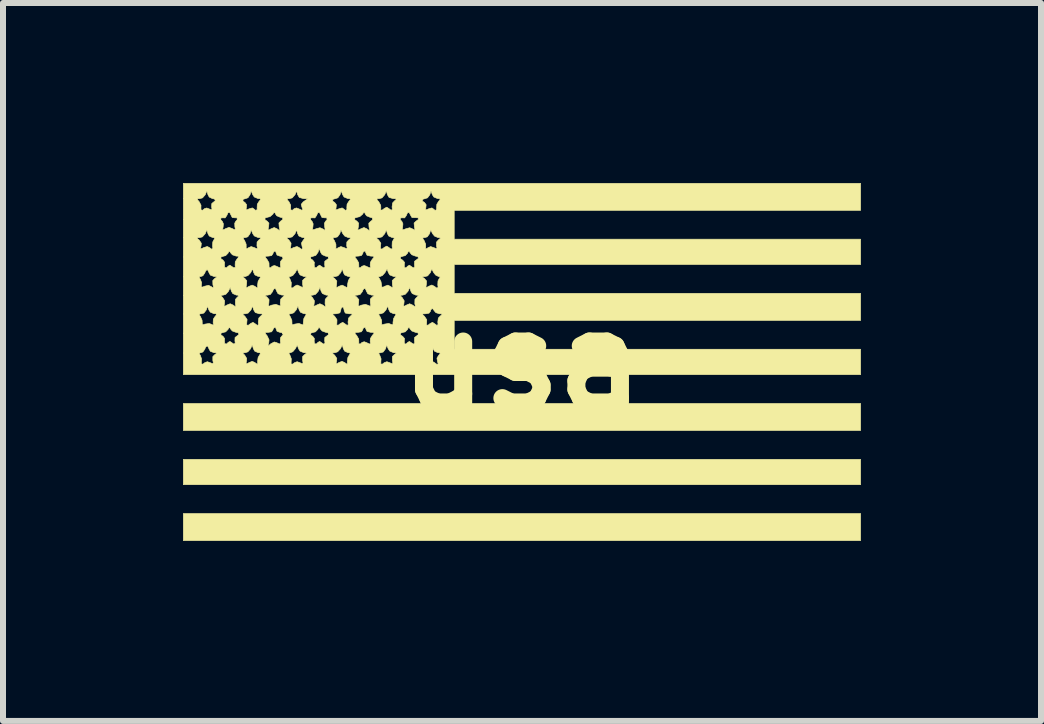
<source format=kicad_pcb>
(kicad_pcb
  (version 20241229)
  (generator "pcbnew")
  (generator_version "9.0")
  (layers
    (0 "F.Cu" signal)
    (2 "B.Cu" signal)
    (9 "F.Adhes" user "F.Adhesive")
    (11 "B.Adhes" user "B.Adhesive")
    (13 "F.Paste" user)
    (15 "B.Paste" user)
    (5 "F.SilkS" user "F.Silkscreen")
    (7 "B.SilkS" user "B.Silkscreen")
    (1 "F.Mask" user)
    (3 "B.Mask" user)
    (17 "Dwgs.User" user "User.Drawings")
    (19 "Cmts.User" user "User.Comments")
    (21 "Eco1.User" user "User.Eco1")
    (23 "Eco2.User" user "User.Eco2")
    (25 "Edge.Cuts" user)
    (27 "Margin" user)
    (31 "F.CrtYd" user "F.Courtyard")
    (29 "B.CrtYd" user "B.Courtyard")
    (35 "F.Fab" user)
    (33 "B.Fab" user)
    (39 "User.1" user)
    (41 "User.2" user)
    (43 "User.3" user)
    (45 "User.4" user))
  (footprint "usa"
    (layer "F.Cu")
    (at 5.649 2.968)
    (property "Reference" "usa" (at 0 0 0) (layer "F.SilkS") (effects (font (size 1.524 1.524) (thickness 0.3))))
    (attr through_hole)
    (fp_poly (pts (xy 5.644 1.157) (xy -5.644 1.157) (xy -5.644 0.706) (xy 5.644 0.706) (xy 5.644 1.157)) (stroke (width 0.01) (type solid)) (fill yes) (layer "F.SilkS"))
    (fp_poly (pts (xy 5.644 2.06) (xy -5.644 2.06) (xy -5.644 1.637) (xy 5.644 1.637) (xy 5.644 2.06)) (stroke (width 0.01) (type solid)) (fill yes) (layer "F.SilkS"))
    (fp_poly (pts (xy 5.644 2.992) (xy -5.644 2.992) (xy -5.644 2.54) (xy 5.644 2.54) (xy 5.644 2.992)) (stroke (width 0.01) (type solid)) (fill yes) (layer "F.SilkS"))
    (fp_poly (pts (xy 5.644 -2.512) (xy -1.129 -2.512) (xy -1.129 -2.032) (xy 5.644 -2.032) (xy 5.644 -1.609) (xy -1.129 -1.609) (xy -1.129 -1.129) (xy 5.644 -1.129) (xy 5.644 -0.677) (xy -1.129 -0.677) (xy -1.129 -0.198) (xy 5.644 -0.198) (xy 5.644 0.226) (xy -5.644 0.226) (xy -5.644 -0.134) (xy -5.381 -0.134) (xy -5.366 -0.103) (xy -5.362 -0.099) (xy -5.34 -0.038) (xy -5.342 -0.00015) (xy -5.344 0.048) (xy -5.316 0.05) (xy -5.286 0.026) (xy -5.243 0.01) (xy -5.195 0.027) (xy -5.152 0.045) (xy -5.144 0.025) (xy -5.152 -0.01) (xy -5.152 -0.075) (xy -5.118 -0.109) (xy -5.085 -0.132) (xy -5.095 -0.136) (xy -4.652 -0.136) (xy -4.641 -0.117) (xy -4.623 -0.103) (xy -4.588 -0.045) (xy -4.591 -0.002) (xy -4.599 0.042) (xy -4.578 0.042) (xy -4.55 0.026) (xy -4.497 0.004) (xy -4.451 0.023) (xy -4.445 0.029) (xy -4.41 0.052) (xy -4.404 0.03) (xy -4.407 0.01) (xy -4.398 -0.059) (xy -4.378 -0.094) (xy -4.355 -0.13) (xy -4.363 -0.134) (xy -3.886 -0.134) (xy -3.869 -0.102) (xy -3.867 -0.099) (xy -3.844 -0.038) (xy -3.846 -0.00015) (xy -3.848 0.048) (xy -3.821 0.05) (xy -3.79 0.026) (xy -3.747 0.01) (xy -3.699 0.027) (xy -3.656 0.045) (xy -3.649 0.025) (xy -3.656 -0.01) (xy -3.656 -0.075) (xy -3.622 -0.109) (xy -3.589 -0.132) (xy -3.6 -0.137) (xy -3.157 -0.137) (xy -3.148 -0.12) (xy -3.123 -0.1) (xy -3.086 -0.045) (xy -3.09 -0.000293) (xy -3.099 0.041) (xy -3.078 0.04) (xy -3.053 0.025) (xy -2.999 0.004) (xy -2.952 0.026) (xy -2.949 0.029) (xy -2.914 0.052) (xy -2.908 0.03) (xy -2.911 0.01) (xy -2.902 -0.059) (xy -2.882 -0.094) (xy -2.86 -0.13) (xy -2.869 -0.134) (xy -2.388 -0.134) (xy -2.377 -0.106) (xy -2.371 -0.099) (xy -2.348 -0.038) (xy -2.351 -0.00015) (xy -2.352 0.048) (xy -2.325 0.05) (xy -2.295 0.026) (xy -2.251 0.01) (xy -2.203 0.027) (xy -2.161 0.045) (xy -2.153 0.025) (xy -2.16 -0.01) (xy -2.16 -0.075) (xy -2.126 -0.109) (xy -2.093 -0.132) (xy -2.104 -0.137) (xy -1.66 -0.137) (xy -1.648 -0.121) (xy -1.63 -0.111) (xy -1.594 -0.068) (xy -1.598 -0.01) (xy -1.607 0.039) (xy -1.589 0.043) (xy -1.557 0.024) (xy -1.503 0.002) (xy -1.465 0.02) (xy -1.463 0.022) (xy -1.418 0.054) (xy -1.396 0.047) (xy -1.408 0.007) (xy -1.417 -0.049) (xy -1.391 -0.092) (xy -1.362 -0.129) (xy -1.377 -0.14) (xy -1.403 -0.141) (xy -1.459 -0.166) (xy -1.48 -0.205) (xy -1.499 -0.268) (xy -1.53 -0.205) (xy -1.576 -0.155) (xy -1.62 -0.14) (xy -1.66 -0.137) (xy -2.104 -0.137) (xy -2.111 -0.139) (xy -2.139 -0.14) (xy -2.203 -0.167) (xy -2.229 -0.205) (xy -2.255 -0.268) (xy -2.274 -0.205) (xy -2.312 -0.152) (xy -2.349 -0.141) (xy -2.388 -0.134) (xy -2.869 -0.134) (xy -2.883 -0.141) (xy -2.9 -0.141) (xy -2.955 -0.166) (xy -2.976 -0.205) (xy -2.995 -0.268) (xy -3.026 -0.205) (xy -3.072 -0.155) (xy -3.116 -0.14) (xy -3.157 -0.137) (xy -3.6 -0.137) (xy -3.606 -0.139) (xy -3.635 -0.14) (xy -3.698 -0.166) (xy -3.722 -0.204) (xy -3.745 -0.266) (xy -3.779 -0.204) (xy -3.82 -0.156) (xy -3.857 -0.141) (xy -3.886 -0.134) (xy -4.363 -0.134) (xy -4.379 -0.141) (xy -4.397 -0.141) (xy -4.454 -0.166) (xy -4.475 -0.205) (xy -4.496 -0.268) (xy -4.524 -0.205) (xy -4.569 -0.154) (xy -4.612 -0.14) (xy -4.652 -0.136) (xy -5.095 -0.136) (xy -5.102 -0.139) (xy -5.132 -0.14) (xy -5.193 -0.163) (xy -5.213 -0.198) (xy -5.234 -0.243) (xy -5.249 -0.254) (xy -5.273 -0.231) (xy -5.286 -0.198) (xy -5.318 -0.152) (xy -5.349 -0.141) (xy -5.381 -0.134) (xy -5.644 -0.134) (xy -5.644 -0.465) (xy -5.017 -0.465) (xy -5.016 -0.435) (xy -4.983 -0.414) (xy -4.956 -0.377) (xy -4.958 -0.34) (xy -4.955 -0.293) (xy -4.925 -0.284) (xy -4.895 -0.313) (xy -4.867 -0.328) (xy -4.845 -0.313) (xy -4.8 -0.283) (xy -4.779 -0.3) (xy -4.784 -0.339) (xy -4.782 -0.394) (xy -4.757 -0.412) (xy -4.717 -0.443) (xy -4.722 -0.458) (xy -4.277 -0.458) (xy -4.249 -0.425) (xy -4.215 -0.355) (xy -4.22 -0.305) (xy -4.232 -0.26) (xy -4.217 -0.262) (xy -4.187 -0.288) (xy -4.128 -0.319) (xy -4.092 -0.309) (xy -4.039 -0.285) (xy -4.022 -0.302) (xy -4.027 -0.335) (xy -4.025 -0.388) (xy -4.01 -0.408) (xy -3.98 -0.444) (xy -3.995 -0.465) (xy -3.521 -0.465) (xy -3.52 -0.435) (xy -3.488 -0.414) (xy -3.46 -0.377) (xy -3.463 -0.34) (xy -3.459 -0.293) (xy -3.429 -0.284) (xy -3.399 -0.313) (xy -3.371 -0.328) (xy -3.35 -0.313) (xy -3.304 -0.283) (xy -3.283 -0.3) (xy -3.288 -0.339) (xy -3.286 -0.394) (xy -3.262 -0.412) (xy -3.221 -0.443) (xy -3.226 -0.458) (xy -2.781 -0.458) (xy -2.753 -0.424) (xy -2.721 -0.368) (xy -2.719 -0.326) (xy -2.719 -0.288) (xy -2.691 -0.286) (xy -2.667 -0.311) (xy -2.629 -0.323) (xy -2.597 -0.311) (xy -2.54 -0.285) (xy -2.522 -0.294) (xy -2.53 -0.326) (xy -2.526 -0.377) (xy -2.497 -0.424) (xy -2.464 -0.465) (xy -2.466 -0.466) (xy -2.025 -0.466) (xy -2.024 -0.436) (xy -1.988 -0.412) (xy -1.957 -0.376) (xy -1.961 -0.339) (xy -1.961 -0.292) (xy -1.933 -0.284) (xy -1.903 -0.313) (xy -1.875 -0.328) (xy -1.854 -0.313) (xy -1.809 -0.283) (xy -1.787 -0.3) (xy -1.792 -0.339) (xy -1.79 -0.394) (xy -1.766 -0.412) (xy -1.725 -0.443) (xy -1.735 -0.471) (xy -1.777 -0.48) (xy -1.835 -0.502) (xy -1.859 -0.529) (xy -1.883 -0.564) (xy -1.899 -0.548) (xy -1.906 -0.529) (xy -1.947 -0.487) (xy -1.979 -0.48) (xy -2.025 -0.466) (xy -2.466 -0.466) (xy -2.477 -0.478) (xy -2.522 -0.48) (xy -2.582 -0.494) (xy -2.596 -0.522) (xy -2.612 -0.56) (xy -2.625 -0.564) (xy -2.65 -0.542) (xy -2.653 -0.522) (xy -2.678 -0.488) (xy -2.728 -0.48) (xy -2.78 -0.477) (xy -2.781 -0.458) (xy -3.226 -0.458) (xy -3.231 -0.471) (xy -3.272 -0.48) (xy -3.331 -0.502) (xy -3.355 -0.529) (xy -3.379 -0.564) (xy -3.394 -0.548) (xy -3.402 -0.529) (xy -3.443 -0.487) (xy -3.474 -0.48) (xy -3.521 -0.465) (xy -3.995 -0.465) (xy -4 -0.473) (xy -4.036 -0.48) (xy -4.082 -0.497) (xy -4.092 -0.522) (xy -4.107 -0.56) (xy -4.12 -0.564) (xy -4.145 -0.542) (xy -4.149 -0.522) (xy -4.173 -0.488) (xy -4.224 -0.48) (xy -4.275 -0.477) (xy -4.277 -0.458) (xy -4.722 -0.458) (xy -4.726 -0.471) (xy -4.768 -0.48) (xy -4.827 -0.502) (xy -4.851 -0.529) (xy -4.874 -0.564) (xy -4.89 -0.548) (xy -4.898 -0.529) (xy -4.939 -0.487) (xy -4.97 -0.48) (xy -5.017 -0.465) (xy -5.644 -0.465) (xy -5.644 -0.785) (xy -5.379 -0.785) (xy -5.37 -0.758) (xy -5.359 -0.744) (xy -5.331 -0.681) (xy -5.329 -0.643) (xy -5.328 -0.605) (xy -5.297 -0.611) (xy -5.286 -0.616) (xy -5.213 -0.627) (xy -5.181 -0.615) (xy -5.143 -0.599) (xy -5.142 -0.621) (xy -5.147 -0.635) (xy -5.144 -0.699) (xy -5.119 -0.738) (xy -5.088 -0.776) (xy -5.097 -0.786) (xy -4.651 -0.786) (xy -4.644 -0.769) (xy -4.619 -0.749) (xy -4.581 -0.694) (xy -4.585 -0.651) (xy -4.589 -0.603) (xy -4.561 -0.597) (xy -4.521 -0.627) (xy -4.483 -0.646) (xy -4.453 -0.627) (xy -4.409 -0.595) (xy -4.39 -0.611) (xy -4.395 -0.65) (xy -4.386 -0.717) (xy -4.357 -0.748) (xy -4.323 -0.777) (xy -4.333 -0.785) (xy -3.884 -0.785) (xy -3.874 -0.758) (xy -3.863 -0.744) (xy -3.835 -0.681) (xy -3.833 -0.643) (xy -3.832 -0.605) (xy -3.801 -0.611) (xy -3.79 -0.616) (xy -3.717 -0.628) (xy -3.687 -0.616) (xy -3.649 -0.602) (xy -3.644 -0.632) (xy -3.645 -0.642) (xy -3.636 -0.708) (xy -3.616 -0.744) (xy -3.598 -0.772) (xy -3.151 -0.772) (xy -3.122 -0.748) (xy -3.083 -0.69) (xy -3.084 -0.65) (xy -3.087 -0.601) (xy -3.06 -0.599) (xy -3.025 -0.627) (xy -2.987 -0.646) (xy -2.958 -0.627) (xy -2.913 -0.595) (xy -2.894 -0.611) (xy -2.899 -0.65) (xy -2.89 -0.717) (xy -2.861 -0.748) (xy -2.828 -0.777) (xy -2.837 -0.785) (xy -2.388 -0.785) (xy -2.379 -0.758) (xy -2.367 -0.744) (xy -2.339 -0.681) (xy -2.338 -0.643) (xy -2.337 -0.605) (xy -2.305 -0.611) (xy -2.294 -0.616) (xy -2.221 -0.628) (xy -2.191 -0.616) (xy -2.154 -0.602) (xy -2.148 -0.632) (xy -2.15 -0.642) (xy -2.14 -0.708) (xy -2.12 -0.744) (xy -2.102 -0.772) (xy -1.655 -0.772) (xy -1.626 -0.748) (xy -1.587 -0.69) (xy -1.588 -0.65) (xy -1.591 -0.601) (xy -1.564 -0.599) (xy -1.53 -0.627) (xy -1.491 -0.646) (xy -1.462 -0.627) (xy -1.417 -0.595) (xy -1.398 -0.611) (xy -1.403 -0.65) (xy -1.394 -0.717) (xy -1.365 -0.748) (xy -1.33 -0.778) (xy -1.344 -0.788) (xy -1.377 -0.789) (xy -1.434 -0.807) (xy -1.457 -0.833) (xy -1.485 -0.87) (xy -1.499 -0.875) (xy -1.521 -0.852) (xy -1.524 -0.833) (xy -1.549 -0.799) (xy -1.602 -0.789) (xy -1.654 -0.786) (xy -1.655 -0.772) (xy -2.102 -0.772) (xy -2.098 -0.779) (xy -2.121 -0.79) (xy -2.14 -0.79) (xy -2.196 -0.815) (xy -2.218 -0.854) (xy -2.238 -0.917) (xy -2.266 -0.854) (xy -2.309 -0.805) (xy -2.35 -0.79) (xy -2.388 -0.785) (xy -2.837 -0.785) (xy -2.841 -0.788) (xy -2.886 -0.789) (xy -2.945 -0.801) (xy -2.963 -0.841) (xy -2.963 -0.847) (xy -2.975 -0.893) (xy -2.992 -0.903) (xy -3.014 -0.879) (xy -3.02 -0.847) (xy -3.035 -0.804) (xy -3.089 -0.79) (xy -3.097 -0.789) (xy -3.15 -0.786) (xy -3.151 -0.772) (xy -3.598 -0.772) (xy -3.593 -0.779) (xy -3.617 -0.79) (xy -3.635 -0.79) (xy -3.692 -0.815) (xy -3.713 -0.854) (xy -3.734 -0.917) (xy -3.762 -0.854) (xy -3.804 -0.805) (xy -3.846 -0.79) (xy -3.884 -0.785) (xy -4.333 -0.785) (xy -4.337 -0.788) (xy -4.378 -0.789) (xy -4.444 -0.809) (xy -4.471 -0.854) (xy -4.49 -0.917) (xy -4.516 -0.854) (xy -4.564 -0.8) (xy -4.606 -0.789) (xy -4.651 -0.786) (xy -5.097 -0.786) (xy -5.101 -0.789) (xy -5.133 -0.79) (xy -5.194 -0.816) (xy -5.218 -0.853) (xy -5.241 -0.916) (xy -5.261 -0.853) (xy -5.301 -0.801) (xy -5.339 -0.79) (xy -5.379 -0.785) (xy -5.644 -0.785) (xy -5.644 -1.096) (xy -5.019 -1.096) (xy -5.008 -1.077) (xy -4.99 -1.062) (xy -4.955 -1.005) (xy -4.958 -0.962) (xy -4.966 -0.917) (xy -4.945 -0.918) (xy -4.917 -0.934) (xy -4.863 -0.956) (xy -4.816 -0.935) (xy -4.809 -0.93) (xy -4.775 -0.906) (xy -4.77 -0.924) (xy -4.777 -0.957) (xy -4.775 -1.029) (xy -4.747 -1.062) (xy -4.716 -1.09) (xy -4.731 -1.097) (xy -4.282 -1.097) (xy -4.275 -1.083) (xy -4.252 -1.069) (xy -4.215 -1.025) (xy -4.218 -0.969) (xy -4.226 -0.921) (xy -4.205 -0.917) (xy -4.178 -0.931) (xy -4.103 -0.946) (xy -4.067 -0.933) (xy -4.028 -0.918) (xy -4.024 -0.945) (xy -4.029 -0.964) (xy -4.021 -1.032) (xy -3.992 -1.063) (xy -3.958 -1.091) (xy -3.966 -1.096) (xy -3.523 -1.096) (xy -3.512 -1.077) (xy -3.494 -1.062) (xy -3.459 -1.005) (xy -3.463 -0.962) (xy -3.47 -0.917) (xy -3.449 -0.918) (xy -3.421 -0.934) (xy -3.368 -0.956) (xy -3.321 -0.935) (xy -3.314 -0.93) (xy -3.279 -0.906) (xy -3.274 -0.924) (xy -3.282 -0.957) (xy -3.279 -1.029) (xy -3.251 -1.062) (xy -3.221 -1.09) (xy -3.235 -1.097) (xy -2.787 -1.097) (xy -2.779 -1.083) (xy -2.756 -1.069) (xy -2.719 -1.025) (xy -2.722 -0.969) (xy -2.73 -0.921) (xy -2.71 -0.917) (xy -2.682 -0.931) (xy -2.611 -0.946) (xy -2.567 -0.931) (xy -2.527 -0.914) (xy -2.52 -0.936) (xy -2.527 -0.969) (xy -2.527 -1.034) (xy -2.493 -1.069) (xy -2.46 -1.091) (xy -2.47 -1.096) (xy -2.028 -1.096) (xy -2.016 -1.077) (xy -1.998 -1.062) (xy -1.963 -1.005) (xy -1.967 -0.962) (xy -1.974 -0.917) (xy -1.953 -0.918) (xy -1.925 -0.934) (xy -1.872 -0.956) (xy -1.825 -0.935) (xy -1.818 -0.93) (xy -1.783 -0.906) (xy -1.778 -0.924) (xy -1.786 -0.957) (xy -1.784 -1.029) (xy -1.755 -1.062) (xy -1.725 -1.09) (xy -1.744 -1.099) (xy -1.769 -1.1) (xy -1.829 -1.126) (xy -1.851 -1.164) (xy -1.871 -1.228) (xy -1.899 -1.164) (xy -1.945 -1.113) (xy -1.987 -1.1) (xy -2.028 -1.096) (xy -2.47 -1.096) (xy -2.478 -1.099) (xy -2.507 -1.1) (xy -2.569 -1.122) (xy -2.588 -1.157) (xy -2.609 -1.203) (xy -2.625 -1.214) (xy -2.648 -1.19) (xy -2.661 -1.157) (xy -2.699 -1.109) (xy -2.742 -1.1) (xy -2.787 -1.097) (xy -3.235 -1.097) (xy -3.24 -1.099) (xy -3.265 -1.1) (xy -3.325 -1.126) (xy -3.347 -1.164) (xy -3.367 -1.228) (xy -3.395 -1.164) (xy -3.44 -1.113) (xy -3.483 -1.1) (xy -3.523 -1.096) (xy -3.966 -1.096) (xy -3.974 -1.1) (xy -4.005 -1.101) (xy -4.065 -1.123) (xy -4.084 -1.157) (xy -4.105 -1.203) (xy -4.12 -1.214) (xy -4.144 -1.19) (xy -4.157 -1.157) (xy -4.195 -1.109) (xy -4.238 -1.1) (xy -4.282 -1.097) (xy -4.731 -1.097) (xy -4.736 -1.099) (xy -4.761 -1.1) (xy -4.82 -1.126) (xy -4.842 -1.164) (xy -4.863 -1.228) (xy -4.891 -1.164) (xy -4.936 -1.113) (xy -4.978 -1.1) (xy -5.019 -1.096) (xy -5.644 -1.096) (xy -5.644 -1.404) (xy -5.381 -1.404) (xy -5.366 -1.373) (xy -5.362 -1.369) (xy -5.339 -1.308) (xy -5.342 -1.272) (xy -5.346 -1.235) (xy -5.32 -1.235) (xy -5.289 -1.248) (xy -5.224 -1.263) (xy -5.178 -1.241) (xy -5.147 -1.221) (xy -5.143 -1.242) (xy -5.151 -1.276) (xy -5.153 -1.342) (xy -5.118 -1.379) (xy -5.085 -1.402) (xy -5.096 -1.407) (xy -4.652 -1.407) (xy -4.639 -1.391) (xy -4.621 -1.381) (xy -4.586 -1.338) (xy -4.59 -1.28) (xy -4.598 -1.231) (xy -4.581 -1.227) (xy -4.55 -1.245) (xy -4.496 -1.266) (xy -4.45 -1.246) (xy -4.445 -1.241) (xy -4.41 -1.218) (xy -4.404 -1.24) (xy -4.407 -1.26) (xy -4.398 -1.329) (xy -4.378 -1.364) (xy -4.355 -1.4) (xy -4.363 -1.404) (xy -3.886 -1.404) (xy -3.869 -1.372) (xy -3.867 -1.369) (xy -3.844 -1.308) (xy -3.846 -1.27) (xy -3.849 -1.222) (xy -3.821 -1.22) (xy -3.787 -1.248) (xy -3.748 -1.268) (xy -3.696 -1.247) (xy -3.656 -1.227) (xy -3.649 -1.247) (xy -3.656 -1.281) (xy -3.656 -1.345) (xy -3.622 -1.379) (xy -3.589 -1.402) (xy -3.6 -1.407) (xy -3.154 -1.407) (xy -3.146 -1.393) (xy -3.123 -1.379) (xy -3.086 -1.335) (xy -3.089 -1.281) (xy -3.097 -1.233) (xy -3.077 -1.231) (xy -3.051 -1.246) (xy -2.997 -1.266) (xy -2.952 -1.244) (xy -2.919 -1.224) (xy -2.908 -1.249) (xy -2.907 -1.275) (xy -2.894 -1.342) (xy -2.873 -1.377) (xy -2.858 -1.403) (xy -2.858 -1.403) (xy -2.394 -1.403) (xy -2.376 -1.377) (xy -2.349 -1.323) (xy -2.342 -1.278) (xy -2.336 -1.233) (xy -2.308 -1.235) (xy -2.288 -1.247) (xy -2.234 -1.266) (xy -2.188 -1.242) (xy -2.156 -1.221) (xy -2.152 -1.24) (xy -2.16 -1.276) (xy -2.162 -1.342) (xy -2.126 -1.379) (xy -2.093 -1.402) (xy -2.105 -1.407) (xy -1.659 -1.407) (xy -1.65 -1.393) (xy -1.627 -1.379) (xy -1.59 -1.335) (xy -1.593 -1.281) (xy -1.601 -1.233) (xy -1.582 -1.231) (xy -1.554 -1.247) (xy -1.502 -1.268) (xy -1.463 -1.248) (xy -1.417 -1.216) (xy -1.398 -1.231) (xy -1.403 -1.27) (xy -1.4 -1.336) (xy -1.383 -1.369) (xy -1.363 -1.402) (xy -1.389 -1.411) (xy -1.393 -1.411) (xy -1.439 -1.434) (xy -1.471 -1.474) (xy -1.504 -1.536) (xy -1.527 -1.474) (xy -1.573 -1.42) (xy -1.615 -1.41) (xy -1.659 -1.407) (xy -2.105 -1.407) (xy -2.111 -1.409) (xy -2.139 -1.41) (xy -2.203 -1.436) (xy -2.226 -1.474) (xy -2.249 -1.536) (xy -2.283 -1.474) (xy -2.326 -1.426) (xy -2.363 -1.411) (xy -2.394 -1.403) (xy -2.858 -1.403) (xy -2.893 -1.411) (xy -2.898 -1.411) (xy -2.955 -1.436) (xy -2.976 -1.475) (xy -2.994 -1.538) (xy -3.02 -1.475) (xy -3.068 -1.421) (xy -3.111 -1.41) (xy -3.154 -1.407) (xy -3.6 -1.407) (xy -3.606 -1.409) (xy -3.635 -1.41) (xy -3.698 -1.436) (xy -3.722 -1.474) (xy -3.745 -1.536) (xy -3.779 -1.474) (xy -3.82 -1.426) (xy -3.857 -1.411) (xy -3.886 -1.404) (xy -4.363 -1.404) (xy -4.379 -1.411) (xy -4.396 -1.411) (xy -4.45 -1.436) (xy -4.471 -1.475) (xy -4.49 -1.538) (xy -4.521 -1.475) (xy -4.567 -1.425) (xy -4.612 -1.41) (xy -4.652 -1.407) (xy -5.096 -1.407) (xy -5.102 -1.409) (xy -5.132 -1.41) (xy -5.193 -1.433) (xy -5.213 -1.468) (xy -5.234 -1.513) (xy -5.249 -1.524) (xy -5.273 -1.501) (xy -5.286 -1.468) (xy -5.318 -1.422) (xy -5.349 -1.411) (xy -5.381 -1.404) (xy -5.644 -1.404) (xy -5.644 -1.735) (xy -5.017 -1.735) (xy -5.016 -1.705) (xy -4.983 -1.684) (xy -4.956 -1.647) (xy -4.958 -1.61) (xy -4.955 -1.563) (xy -4.925 -1.554) (xy -4.895 -1.583) (xy -4.867 -1.598) (xy -4.845 -1.583) (xy -4.801 -1.554) (xy -4.777 -1.565) (xy -4.781 -1.599) (xy -4.778 -1.655) (xy -4.752 -1.697) (xy -4.727 -1.728) (xy -4.277 -1.728) (xy -4.248 -1.694) (xy -4.216 -1.638) (xy -4.215 -1.596) (xy -4.214 -1.558) (xy -4.187 -1.556) (xy -4.163 -1.581) (xy -4.125 -1.593) (xy -4.092 -1.581) (xy -4.038 -1.556) (xy -4.02 -1.565) (xy -4.027 -1.605) (xy -4.025 -1.658) (xy -4.01 -1.678) (xy -3.987 -1.706) (xy -3.521 -1.706) (xy -3.488 -1.684) (xy -3.46 -1.647) (xy -3.463 -1.61) (xy -3.459 -1.563) (xy -3.429 -1.554) (xy -3.399 -1.583) (xy -3.371 -1.598) (xy -3.35 -1.583) (xy -3.304 -1.553) (xy -3.283 -1.57) (xy -3.288 -1.609) (xy -3.286 -1.664) (xy -3.262 -1.682) (xy -3.221 -1.713) (xy -3.227 -1.728) (xy -2.781 -1.728) (xy -2.753 -1.694) (xy -2.721 -1.638) (xy -2.719 -1.596) (xy -2.719 -1.558) (xy -2.691 -1.556) (xy -2.667 -1.581) (xy -2.629 -1.593) (xy -2.597 -1.581) (xy -2.54 -1.555) (xy -2.522 -1.564) (xy -2.53 -1.596) (xy -2.526 -1.647) (xy -2.497 -1.694) (xy -2.464 -1.735) (xy -2.466 -1.736) (xy -2.025 -1.736) (xy -2.024 -1.706) (xy -1.988 -1.682) (xy -1.957 -1.646) (xy -1.961 -1.609) (xy -1.961 -1.562) (xy -1.933 -1.554) (xy -1.903 -1.583) (xy -1.875 -1.598) (xy -1.854 -1.583) (xy -1.809 -1.553) (xy -1.787 -1.57) (xy -1.792 -1.609) (xy -1.79 -1.664) (xy -1.766 -1.682) (xy -1.725 -1.713) (xy -1.735 -1.741) (xy -1.777 -1.75) (xy -1.835 -1.772) (xy -1.859 -1.799) (xy -1.883 -1.834) (xy -1.899 -1.818) (xy -1.906 -1.799) (xy -1.947 -1.757) (xy -1.979 -1.75) (xy -2.025 -1.736) (xy -2.466 -1.736) (xy -2.477 -1.748) (xy -2.522 -1.75) (xy -2.582 -1.764) (xy -2.596 -1.792) (xy -2.612 -1.83) (xy -2.625 -1.834) (xy -2.65 -1.812) (xy -2.653 -1.792) (xy -2.678 -1.758) (xy -2.728 -1.75) (xy -2.78 -1.747) (xy -2.781 -1.728) (xy -3.227 -1.728) (xy -3.231 -1.741) (xy -3.275 -1.75) (xy -3.331 -1.775) (xy -3.355 -1.813) (xy -3.379 -1.876) (xy -3.399 -1.813) (xy -3.436 -1.762) (xy -3.473 -1.75) (xy -3.52 -1.736) (xy -3.521 -1.706) (xy -3.987 -1.706) (xy -3.98 -1.714) (xy -4 -1.743) (xy -4.036 -1.75) (xy -4.082 -1.767) (xy -4.092 -1.792) (xy -4.107 -1.83) (xy -4.12 -1.834) (xy -4.145 -1.812) (xy -4.149 -1.792) (xy -4.173 -1.758) (xy -4.224 -1.75) (xy -4.275 -1.747) (xy -4.277 -1.728) (xy -4.727 -1.728) (xy -4.721 -1.736) (xy -4.733 -1.749) (xy -4.764 -1.75) (xy -4.825 -1.771) (xy -4.851 -1.799) (xy -4.874 -1.834) (xy -4.89 -1.818) (xy -4.898 -1.799) (xy -4.939 -1.757) (xy -4.97 -1.75) (xy -5.017 -1.735) (xy -5.644 -1.735) (xy -5.644 -2.056) (xy -5.413 -2.056) (xy -5.406 -2.039) (xy -5.381 -2.019) (xy -5.344 -1.965) (xy -5.348 -1.919) (xy -5.357 -1.877) (xy -5.336 -1.876) (xy -5.305 -1.891) (xy -5.245 -1.91) (xy -5.212 -1.894) (xy -5.169 -1.864) (xy -5.152 -1.883) (xy -5.157 -1.919) (xy -5.153 -1.986) (xy -5.136 -2.018) (xy -5.118 -2.051) (xy -5.13 -2.055) (xy -4.646 -2.055) (xy -4.636 -2.028) (xy -4.625 -2.014) (xy -4.597 -1.949) (xy -4.596 -1.909) (xy -4.597 -1.87) (xy -4.574 -1.878) (xy -4.562 -1.887) (xy -4.513 -1.909) (xy -4.458 -1.89) (xy -4.415 -1.872) (xy -4.409 -1.891) (xy -4.417 -1.919) (xy -4.415 -1.984) (xy -4.384 -2.019) (xy -4.35 -2.049) (xy -4.361 -2.056) (xy -3.917 -2.056) (xy -3.91 -2.039) (xy -3.885 -2.019) (xy -3.848 -1.965) (xy -3.852 -1.919) (xy -3.861 -1.877) (xy -3.84 -1.876) (xy -3.81 -1.891) (xy -3.75 -1.91) (xy -3.717 -1.894) (xy -3.674 -1.864) (xy -3.654 -1.875) (xy -3.665 -1.912) (xy -3.675 -1.968) (xy -3.648 -2.011) (xy -3.62 -2.048) (xy -3.629 -2.055) (xy -3.15 -2.055) (xy -3.141 -2.028) (xy -3.129 -2.014) (xy -3.101 -1.949) (xy -3.1 -1.909) (xy -3.102 -1.87) (xy -3.078 -1.878) (xy -3.067 -1.887) (xy -3.018 -1.909) (xy -2.962 -1.89) (xy -2.919 -1.872) (xy -2.913 -1.891) (xy -2.921 -1.919) (xy -2.919 -1.984) (xy -2.888 -2.019) (xy -2.853 -2.049) (xy -2.863 -2.056) (xy -2.421 -2.056) (xy -2.414 -2.039) (xy -2.389 -2.019) (xy -2.352 -1.964) (xy -2.356 -1.921) (xy -2.359 -1.873) (xy -2.331 -1.867) (xy -2.292 -1.897) (xy -2.253 -1.916) (xy -2.224 -1.897) (xy -2.179 -1.865) (xy -2.16 -1.881) (xy -2.165 -1.919) (xy -2.162 -1.986) (xy -2.145 -2.018) (xy -2.126 -2.051) (xy -2.139 -2.055) (xy -1.654 -2.055) (xy -1.645 -2.028) (xy -1.633 -2.014) (xy -1.605 -1.949) (xy -1.604 -1.909) (xy -1.606 -1.87) (xy -1.582 -1.878) (xy -1.571 -1.887) (xy -1.522 -1.909) (xy -1.467 -1.89) (xy -1.423 -1.872) (xy -1.417 -1.891) (xy -1.425 -1.919) (xy -1.424 -1.984) (xy -1.393 -2.019) (xy -1.358 -2.049) (xy -1.371 -2.058) (xy -1.4 -2.059) (xy -1.457 -2.083) (xy -1.49 -2.124) (xy -1.521 -2.187) (xy -1.54 -2.124) (xy -1.578 -2.071) (xy -1.615 -2.06) (xy -1.654 -2.055) (xy -2.139 -2.055) (xy -2.157 -2.06) (xy -2.166 -2.06) (xy -2.221 -2.085) (xy -2.242 -2.124) (xy -2.261 -2.187) (xy -2.287 -2.124) (xy -2.334 -2.07) (xy -2.377 -2.059) (xy -2.421 -2.056) (xy -2.863 -2.056) (xy -2.866 -2.058) (xy -2.896 -2.059) (xy -2.953 -2.083) (xy -2.986 -2.124) (xy -3.017 -2.187) (xy -3.036 -2.124) (xy -3.074 -2.071) (xy -3.111 -2.06) (xy -3.15 -2.055) (xy -3.629 -2.055) (xy -3.635 -2.059) (xy -3.661 -2.06) (xy -3.717 -2.085) (xy -3.738 -2.124) (xy -3.756 -2.187) (xy -3.782 -2.124) (xy -3.83 -2.07) (xy -3.873 -2.059) (xy -3.917 -2.056) (xy -4.361 -2.056) (xy -4.365 -2.058) (xy -4.397 -2.059) (xy -4.461 -2.086) (xy -4.487 -2.124) (xy -4.513 -2.187) (xy -4.532 -2.124) (xy -4.57 -2.071) (xy -4.607 -2.06) (xy -4.646 -2.055) (xy -5.13 -2.055) (xy -5.148 -2.06) (xy -5.158 -2.06) (xy -5.212 -2.085) (xy -5.233 -2.124) (xy -5.252 -2.187) (xy -5.278 -2.124) (xy -5.326 -2.07) (xy -5.368 -2.059) (xy -5.413 -2.056) (xy -5.644 -2.056) (xy -5.644 -2.358) (xy -5.021 -2.358) (xy -4.993 -2.327) (xy -4.976 -2.288) (xy -4.98 -2.24) (xy -4.988 -2.193) (xy -4.968 -2.191) (xy -4.94 -2.207) (xy -4.882 -2.229) (xy -4.825 -2.207) (xy -4.785 -2.187) (xy -4.778 -2.206) (xy -4.785 -2.24) (xy -4.787 -2.299) (xy -4.772 -2.327) (xy -4.743 -2.361) (xy -4.75 -2.385) (xy -4.282 -2.385) (xy -4.282 -2.355) (xy -4.247 -2.332) (xy -4.217 -2.299) (xy -4.222 -2.242) (xy -4.232 -2.191) (xy -4.215 -2.186) (xy -4.183 -2.204) (xy -4.129 -2.226) (xy -4.082 -2.205) (xy -4.076 -2.2) (xy -4.042 -2.176) (xy -4.036 -2.193) (xy -4.046 -2.237) (xy -4.051 -2.301) (xy -4.022 -2.332) (xy -4.022 -2.332) (xy -3.988 -2.358) (xy -3.525 -2.358) (xy -3.497 -2.327) (xy -3.48 -2.288) (xy -3.484 -2.241) (xy -3.491 -2.195) (xy -3.47 -2.189) (xy -3.43 -2.206) (xy -3.366 -2.223) (xy -3.316 -2.201) (xy -3.315 -2.201) (xy -3.285 -2.18) (xy -3.281 -2.201) (xy -3.288 -2.236) (xy -3.292 -2.298) (xy -3.276 -2.327) (xy -3.247 -2.361) (xy -3.254 -2.385) (xy -2.787 -2.385) (xy -2.786 -2.355) (xy -2.751 -2.332) (xy -2.722 -2.299) (xy -2.726 -2.242) (xy -2.736 -2.191) (xy -2.719 -2.186) (xy -2.687 -2.204) (xy -2.633 -2.226) (xy -2.586 -2.205) (xy -2.58 -2.2) (xy -2.546 -2.176) (xy -2.54 -2.193) (xy -2.549 -2.234) (xy -2.553 -2.297) (xy -2.526 -2.325) (xy -2.487 -2.356) (xy -2.488 -2.358) (xy -2.029 -2.358) (xy -2.001 -2.327) (xy -1.984 -2.288) (xy -1.988 -2.241) (xy -1.995 -2.195) (xy -1.974 -2.189) (xy -1.934 -2.206) (xy -1.87 -2.223) (xy -1.82 -2.201) (xy -1.819 -2.201) (xy -1.789 -2.181) (xy -1.785 -2.201) (xy -1.793 -2.238) (xy -1.798 -2.301) (xy -1.767 -2.331) (xy -1.726 -2.361) (xy -1.73 -2.387) (xy -1.776 -2.391) (xy -1.781 -2.39) (xy -1.833 -2.392) (xy -1.855 -2.429) (xy -1.88 -2.477) (xy -1.908 -2.471) (xy -1.927 -2.427) (xy -1.956 -2.386) (xy -1.987 -2.388) (xy -2.024 -2.386) (xy -2.029 -2.358) (xy -2.488 -2.358) (xy -2.496 -2.388) (xy -2.537 -2.399) (xy -2.591 -2.422) (xy -2.609 -2.448) (xy -2.627 -2.483) (xy -2.645 -2.467) (xy -2.656 -2.448) (xy -2.704 -2.407) (xy -2.739 -2.399) (xy -2.787 -2.385) (xy -3.254 -2.385) (xy -3.255 -2.388) (xy -3.291 -2.388) (xy -3.333 -2.393) (xy -3.35 -2.427) (xy -3.375 -2.477) (xy -3.403 -2.472) (xy -3.423 -2.427) (xy -3.451 -2.386) (xy -3.483 -2.388) (xy -3.52 -2.386) (xy -3.525 -2.358) (xy -3.988 -2.358) (xy -3.983 -2.362) (xy -3.993 -2.39) (xy -4.033 -2.399) (xy -4.087 -2.422) (xy -4.105 -2.448) (xy -4.123 -2.483) (xy -4.141 -2.467) (xy -4.152 -2.448) (xy -4.2 -2.407) (xy -4.235 -2.399) (xy -4.282 -2.385) (xy -4.75 -2.385) (xy -4.751 -2.388) (xy -4.786 -2.388) (xy -4.829 -2.393) (xy -4.846 -2.427) (xy -4.871 -2.477) (xy -4.899 -2.472) (xy -4.919 -2.427) (xy -4.947 -2.386) (xy -4.979 -2.388) (xy -5.016 -2.386) (xy -5.021 -2.358) (xy -5.644 -2.358) (xy -5.644 -2.706) (xy -5.408 -2.706) (xy -5.404 -2.685) (xy -5.38 -2.657) (xy -5.349 -2.599) (xy -5.35 -2.558) (xy -5.349 -2.52) (xy -5.321 -2.514) (xy -5.292 -2.54) (xy -5.254 -2.552) (xy -5.215 -2.537) (xy -5.173 -2.519) (xy -5.167 -2.541) (xy -5.172 -2.567) (xy -5.17 -2.625) (xy -5.148 -2.644) (xy -5.111 -2.673) (xy -5.12 -2.695) (xy -4.65 -2.695) (xy -4.649 -2.665) (xy -4.617 -2.644) (xy -4.589 -2.606) (xy -4.592 -2.567) (xy -4.599 -2.524) (xy -4.575 -2.524) (xy -4.55 -2.537) (xy -4.493 -2.553) (xy -4.473 -2.54) (xy -4.439 -2.512) (xy -4.413 -2.524) (xy -4.414 -2.558) (xy -4.411 -2.614) (xy -4.385 -2.657) (xy -4.354 -2.696) (xy -4.364 -2.706) (xy -3.912 -2.706) (xy -3.908 -2.685) (xy -3.884 -2.657) (xy -3.854 -2.599) (xy -3.855 -2.558) (xy -3.853 -2.52) (xy -3.825 -2.514) (xy -3.796 -2.54) (xy -3.758 -2.553) (xy -3.725 -2.54) (xy -3.668 -2.515) (xy -3.651 -2.525) (xy -3.667 -2.565) (xy -3.679 -2.613) (xy -3.646 -2.653) (xy -3.633 -2.662) (xy -3.629 -2.665) (xy -3.154 -2.665) (xy -3.121 -2.644) (xy -3.093 -2.606) (xy -3.097 -2.567) (xy -3.103 -2.524) (xy -3.079 -2.524) (xy -3.054 -2.537) (xy -2.997 -2.553) (xy -2.977 -2.54) (xy -2.943 -2.512) (xy -2.917 -2.524) (xy -2.919 -2.558) (xy -2.915 -2.614) (xy -2.889 -2.657) (xy -2.858 -2.696) (xy -2.869 -2.706) (xy -2.416 -2.706) (xy -2.414 -2.687) (xy -2.386 -2.654) (xy -2.354 -2.597) (xy -2.352 -2.555) (xy -2.355 -2.517) (xy -2.326 -2.519) (xy -2.292 -2.546) (xy -2.253 -2.565) (xy -2.224 -2.546) (xy -2.179 -2.514) (xy -2.16 -2.53) (xy -2.165 -2.57) (xy -2.156 -2.636) (xy -2.129 -2.665) (xy -1.658 -2.665) (xy -1.625 -2.644) (xy -1.597 -2.606) (xy -1.601 -2.567) (xy -1.607 -2.524) (xy -1.583 -2.524) (xy -1.558 -2.537) (xy -1.501 -2.553) (xy -1.482 -2.54) (xy -1.448 -2.512) (xy -1.422 -2.524) (xy -1.423 -2.558) (xy -1.419 -2.614) (xy -1.393 -2.657) (xy -1.363 -2.696) (xy -1.375 -2.708) (xy -1.408 -2.709) (xy -1.469 -2.735) (xy -1.493 -2.772) (xy -1.516 -2.835) (xy -1.536 -2.772) (xy -1.574 -2.721) (xy -1.611 -2.709) (xy -1.658 -2.695) (xy -1.658 -2.665) (xy -2.129 -2.665) (xy -2.127 -2.667) (xy -2.094 -2.697) (xy -2.107 -2.707) (xy -2.149 -2.708) (xy -2.215 -2.728) (xy -2.242 -2.773) (xy -2.261 -2.836) (xy -2.287 -2.773) (xy -2.333 -2.72) (xy -2.374 -2.709) (xy -2.416 -2.706) (xy -2.869 -2.706) (xy -2.871 -2.708) (xy -2.903 -2.709) (xy -2.965 -2.735) (xy -2.988 -2.772) (xy -3.012 -2.835) (xy -3.032 -2.772) (xy -3.069 -2.721) (xy -3.106 -2.709) (xy -3.153 -2.695) (xy -3.154 -2.665) (xy -3.629 -2.665) (xy -3.57 -2.706) (xy -3.644 -2.708) (xy -3.711 -2.728) (xy -3.738 -2.773) (xy -3.756 -2.836) (xy -3.782 -2.773) (xy -3.829 -2.72) (xy -3.87 -2.709) (xy -3.912 -2.706) (xy -4.364 -2.706) (xy -4.367 -2.708) (xy -4.399 -2.709) (xy -4.461 -2.735) (xy -4.487 -2.773) (xy -4.513 -2.836) (xy -4.532 -2.773) (xy -4.567 -2.722) (xy -4.604 -2.709) (xy -4.65 -2.695) (xy -5.12 -2.695) (xy -5.123 -2.701) (xy -5.161 -2.709) (xy -5.212 -2.734) (xy -5.233 -2.773) (xy -5.252 -2.836) (xy -5.278 -2.773) (xy -5.324 -2.72) (xy -5.366 -2.709) (xy -5.408 -2.706) (xy -5.644 -2.706) (xy -5.644 -2.963) (xy 5.644 -2.963) (xy 5.644 -2.512)) (stroke (width 0.01) (type solid)) (fill yes) (layer "F.SilkS")))
  (gr_rect
    (start -3 -3)
    (end 14.299 8.965)
    (stroke (width 0.1) (type default))
    (fill no)
    (layer "Edge.Cuts")))
</source>
